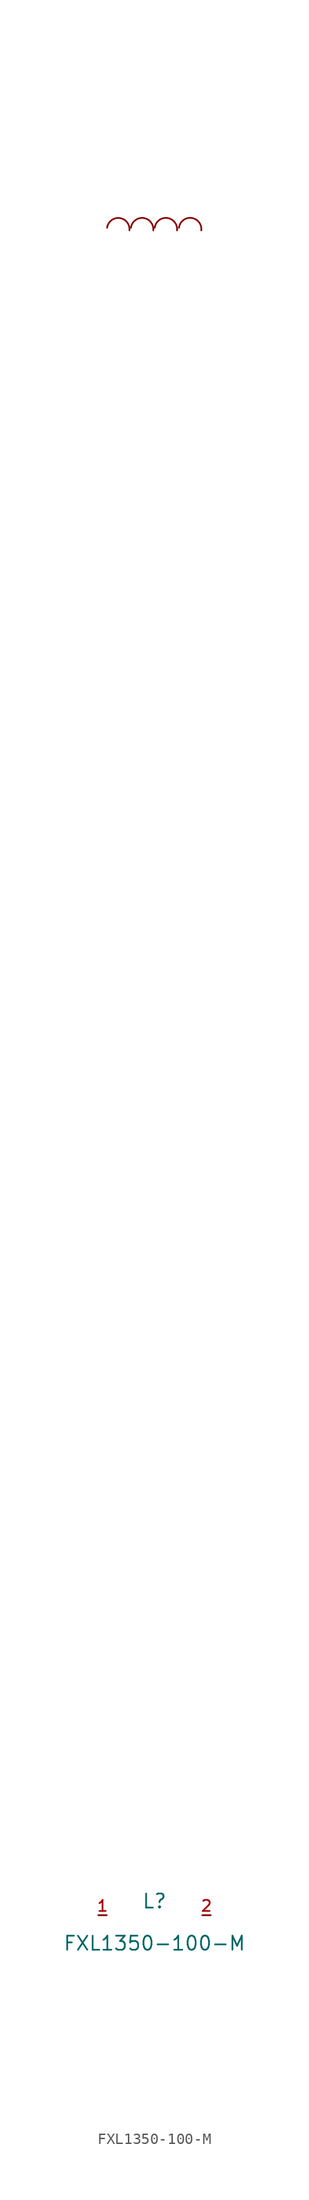
<source format=kicad_sym>
(kicad_symbol_lib
  (version 20210201)
  (generator TousstNicolas/JLC2KiCad_lib)
  (symbol "FXL1350-100-M"
    (pin_names hide)
    (property "Reference" "L"
      (at 0 1.27 0)
      (effects (font (size 1.27 1.27))))
    (property "Value" "FXL1350-100-M"
      (at 0 -2.54 0)
      (effects (font (size 1.27 1.27))))
    (symbol "FXL1350-100-M_0_1"
      (arc (start 4.230518481699189 152.26567617317409) (mid 3.339099030571449 153.3925708630086) (end 2.2122043501295967 152.50115140000707) (stroke (width 0) (type default) (color 0 0 0 0)) (fill (type none)))
      (arc (start 2.037732096126408 152.26516817215807) (mid 1.146312644998668 153.39206286199257) (end 0.019417964556815614 152.50064339899106) (stroke (width 0) (type default) (color 0 0 0 0)) (fill (type none)))
      (arc (start -0.11289020511819081 152.26516817215807) (mid -1.0043096562459306 153.39206286199257) (end -2.131204336687783 152.50064339899106) (stroke (width 0) (type default) (color 0 0 0 0)) (fill (type none)))
      (arc (start -2.2675798317689098 152.26577474375057) (mid -3.1589675383294846 153.39269454626879) (end -4.285887329344515 152.50130682516553) (stroke (width 0) (type default) (color 0 0 0 0)) (fill (type none)))
      (pin unspecified line (at -5.08 -0.0 0) (length 0.762) (name "1" (effects (font (size 1 1)))) (number "1" (effects (font (size 1 1)))))
      (pin unspecified line (at 5.08 -0.0 180) (length 0.762) (name "2" (effects (font (size 1 1)))) (number "2" (effects (font (size 1 1))))))))
</source>
